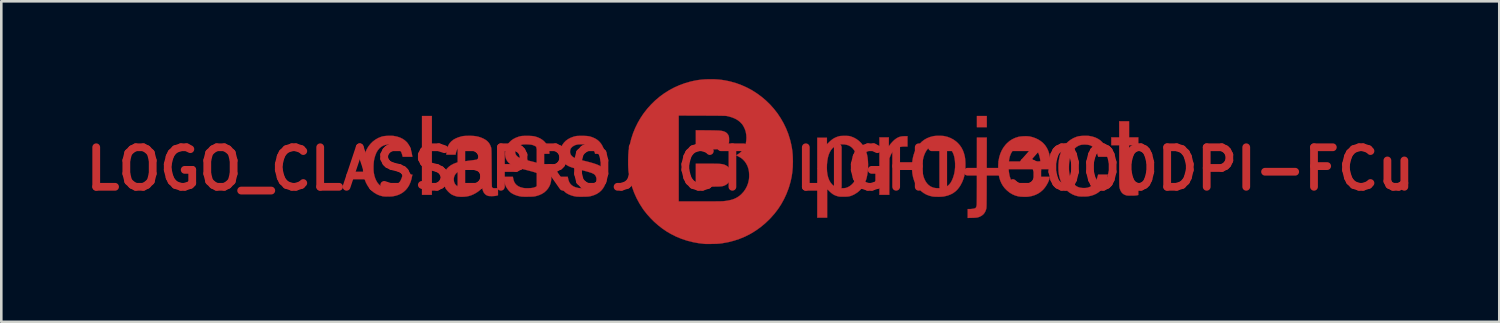
<source format=kicad_pcb>
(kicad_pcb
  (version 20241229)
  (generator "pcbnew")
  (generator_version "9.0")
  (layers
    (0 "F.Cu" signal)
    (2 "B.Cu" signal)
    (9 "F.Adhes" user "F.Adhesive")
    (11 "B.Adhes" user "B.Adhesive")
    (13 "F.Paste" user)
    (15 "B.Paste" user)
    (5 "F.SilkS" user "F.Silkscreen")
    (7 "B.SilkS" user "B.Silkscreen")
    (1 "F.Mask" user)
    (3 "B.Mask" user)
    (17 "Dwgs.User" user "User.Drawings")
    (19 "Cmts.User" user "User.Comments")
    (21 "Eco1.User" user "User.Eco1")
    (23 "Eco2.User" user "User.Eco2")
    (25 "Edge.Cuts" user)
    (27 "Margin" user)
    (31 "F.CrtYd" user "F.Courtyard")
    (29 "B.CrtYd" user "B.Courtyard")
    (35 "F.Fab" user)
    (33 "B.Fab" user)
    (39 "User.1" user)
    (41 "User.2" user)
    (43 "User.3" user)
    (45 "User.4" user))
  (footprint "LOGO_CLASSBPROJECT-LIGHT-3000DPI-FCu"
    (layer "F.Cu")
    (at 25.879 3.463)
    (property "Reference" "LOGO_CLASSBPROJECT-LIGHT-3000DPI-FCu" (at 0 0 0) (layer "F.Cu") (effects (font (size 1.524 1.524) (thickness 0.3))))
    (attr through_hole)
    (fp_poly (pts (xy -12.277 0.999) (xy -12.658 0.999) (xy -12.658 -2.04) (xy -12.277 -2.04) (xy -12.277 0.999)) (stroke (width 0.01) (type solid)) (fill yes) (layer "F.Cu"))
    (fp_poly (pts (xy 9.119 -1.609) (xy 8.738 -1.609) (xy 8.738 -2.04) (xy 9.119 -2.04) (xy 9.119 -1.609)) (stroke (width 0.01) (type solid)) (fill yes) (layer "F.Cu"))
    (fp_poly (pts (xy 6.062 -0.864) (xy 5.949 -0.864) (xy 5.852 -0.859) (xy 5.766 -0.845) (xy 5.692 -0.822) (xy 5.625 -0.787) (xy 5.564 -0.74) (xy 5.531 -0.708) (xy 5.481 -0.649) (xy 5.442 -0.591) (xy 5.41 -0.527) (xy 5.39 -0.476) (xy 5.364 -0.402) (xy 5.361 0.298) (xy 5.359 0.999) (xy 4.978 0.999) (xy 4.978 -1.219) (xy 5.342 -1.219) (xy 5.342 -0.869) (xy 5.367 -0.908) (xy 5.396 -0.948) (xy 5.435 -0.995) (xy 5.479 -1.043) (xy 5.525 -1.089) (xy 5.569 -1.128) (xy 5.575 -1.133) (xy 5.641 -1.181) (xy 5.707 -1.217) (xy 5.774 -1.241) (xy 5.849 -1.256) (xy 5.933 -1.261) (xy 5.955 -1.262) (xy 6.062 -1.262) (xy 6.062 -0.864)) (stroke (width 0.01) (type solid)) (fill yes) (layer "F.Cu"))
    (fp_poly (pts (xy -1.67 -0.203) (xy -1.553 -0.203) (xy -1.451 -0.202) (xy -1.363 -0.201) (xy -1.288 -0.2) (xy -1.224 -0.197) (xy -1.169 -0.194) (xy -1.123 -0.189) (xy -1.083 -0.184) (xy -1.049 -0.177) (xy -1.018 -0.169) (xy -0.99 -0.159) (xy -0.962 -0.147) (xy -0.942 -0.138) (xy -0.877 -0.097) (xy -0.824 -0.045) (xy -0.783 0.018) (xy -0.757 0.089) (xy -0.75 0.124) (xy -0.747 0.171) (xy -0.746 0.224) (xy -0.747 0.277) (xy -0.751 0.325) (xy -0.754 0.343) (xy -0.776 0.419) (xy -0.811 0.488) (xy -0.859 0.548) (xy -0.917 0.598) (xy -0.968 0.627) (xy -0.991 0.638) (xy -1.013 0.647) (xy -1.034 0.655) (xy -1.056 0.661) (xy -1.082 0.666) (xy -1.112 0.671) (xy -1.147 0.674) (xy -1.19 0.677) (xy -1.242 0.679) (xy -1.304 0.68) (xy -1.378 0.681) (xy -1.465 0.682) (xy -1.566 0.683) (xy -1.619 0.684) (xy -2.1 0.687) (xy -2.1 -0.203) (xy -1.67 -0.203)) (stroke (width 0.01) (type solid)) (fill yes) (layer "F.Cu"))
    (fp_poly (pts (xy -1.645 -1.488) (xy -1.539 -1.487) (xy -1.449 -1.486) (xy -1.373 -1.484) (xy -1.308 -1.483) (xy -1.254 -1.481) (xy -1.209 -1.479) (xy -1.17 -1.476) (xy -1.137 -1.472) (xy -1.108 -1.468) (xy -1.081 -1.462) (xy -1.054 -1.456) (xy -1.026 -1.448) (xy -1.013 -1.444) (xy -0.955 -1.419) (xy -0.903 -1.379) (xy -0.866 -1.335) (xy -0.846 -1.302) (xy -0.832 -1.27) (xy -0.824 -1.234) (xy -0.819 -1.191) (xy -0.818 -1.135) (xy -0.818 -1.122) (xy -0.818 -1.074) (xy -0.82 -1.039) (xy -0.824 -1.012) (xy -0.831 -0.987) (xy -0.837 -0.972) (xy -0.869 -0.913) (xy -0.913 -0.864) (xy -0.971 -0.824) (xy -0.987 -0.817) (xy -1.011 -0.805) (xy -1.034 -0.795) (xy -1.056 -0.787) (xy -1.079 -0.78) (xy -1.104 -0.774) (xy -1.134 -0.769) (xy -1.169 -0.766) (xy -1.211 -0.763) (xy -1.262 -0.761) (xy -1.323 -0.759) (xy -1.395 -0.758) (xy -1.481 -0.757) (xy -1.582 -0.756) (xy -1.632 -0.756) (xy -2.1 -0.752) (xy -2.1 -1.492) (xy -1.645 -1.488)) (stroke (width 0.01) (type solid)) (fill yes) (layer "F.Cu"))
    (fp_poly (pts (xy 9.116 0.133) (xy 9.116 0.311) (xy 9.115 0.472) (xy 9.115 0.618) (xy 9.115 0.75) (xy 9.114 0.868) (xy 9.114 0.973) (xy 9.113 1.066) (xy 9.113 1.147) (xy 9.112 1.218) (xy 9.111 1.28) (xy 9.111 1.332) (xy 9.11 1.376) (xy 9.109 1.414) (xy 9.108 1.444) (xy 9.107 1.469) (xy 9.105 1.489) (xy 9.104 1.505) (xy 9.102 1.518) (xy 9.101 1.528) (xy 9.099 1.537) (xy 9.071 1.622) (xy 9.032 1.695) (xy 8.982 1.755) (xy 8.919 1.805) (xy 8.844 1.844) (xy 8.776 1.867) (xy 8.75 1.873) (xy 8.716 1.878) (xy 8.672 1.881) (xy 8.615 1.884) (xy 8.553 1.886) (xy 8.382 1.89) (xy 8.382 1.549) (xy 8.435 1.549) (xy 8.482 1.548) (xy 8.533 1.543) (xy 8.583 1.537) (xy 8.626 1.529) (xy 8.658 1.52) (xy 8.661 1.519) (xy 8.686 1.505) (xy 8.704 1.483) (xy 8.717 1.45) (xy 8.727 1.405) (xy 8.729 1.392) (xy 8.73 1.375) (xy 8.731 1.341) (xy 8.732 1.292) (xy 8.733 1.227) (xy 8.734 1.147) (xy 8.735 1.052) (xy 8.735 0.943) (xy 8.736 0.82) (xy 8.737 0.684) (xy 8.737 0.535) (xy 8.737 0.374) (xy 8.737 0.201) (xy 8.737 0.061) (xy 8.738 -1.211) (xy 9.119 -1.211) (xy 9.116 0.133)) (stroke (width 0.01) (type solid)) (fill yes) (layer "F.Cu"))
    (fp_poly (pts (xy 14.605 -1.219) (xy 14.961 -1.219) (xy 14.961 -0.914) (xy 14.605 -0.914) (xy 14.605 -0.171) (xy 14.605 -0.042) (xy 14.605 0.072) (xy 14.605 0.171) (xy 14.606 0.256) (xy 14.606 0.329) (xy 14.607 0.39) (xy 14.607 0.441) (xy 14.608 0.482) (xy 14.609 0.515) (xy 14.61 0.541) (xy 14.612 0.562) (xy 14.613 0.577) (xy 14.615 0.588) (xy 14.617 0.597) (xy 14.62 0.603) (xy 14.621 0.605) (xy 14.638 0.636) (xy 14.658 0.659) (xy 14.684 0.675) (xy 14.719 0.686) (xy 14.765 0.692) (xy 14.824 0.694) (xy 14.846 0.694) (xy 14.961 0.694) (xy 14.961 1.005) (xy 14.912 1.016) (xy 14.879 1.021) (xy 14.835 1.025) (xy 14.782 1.028) (xy 14.724 1.03) (xy 14.666 1.03) (xy 14.61 1.029) (xy 14.561 1.027) (xy 14.522 1.024) (xy 14.501 1.02) (xy 14.43 0.995) (xy 14.37 0.959) (xy 14.321 0.91) (xy 14.281 0.848) (xy 14.251 0.773) (xy 14.238 0.722) (xy 14.235 0.71) (xy 14.233 0.696) (xy 14.231 0.678) (xy 14.23 0.656) (xy 14.229 0.628) (xy 14.227 0.594) (xy 14.227 0.551) (xy 14.226 0.5) (xy 14.225 0.439) (xy 14.225 0.368) (xy 14.224 0.284) (xy 14.224 0.186) (xy 14.224 0.075) (xy 14.224 -0.051) (xy 14.224 -0.127) (xy 14.224 -0.914) (xy 13.919 -0.914) (xy 13.919 -1.219) (xy 14.224 -1.219) (xy 14.224 -1.837) (xy 14.605 -1.837) (xy 14.605 -1.219)) (stroke (width 0.01) (type solid)) (fill yes) (layer "F.Cu"))
    (fp_poly (pts (xy -13.823 -1.277) (xy -13.767 -1.274) (xy -13.741 -1.27) (xy -13.62 -1.246) (xy -13.509 -1.21) (xy -13.41 -1.162) (xy -13.322 -1.104) (xy -13.247 -1.035) (xy -13.218 -1.002) (xy -13.167 -0.927) (xy -13.123 -0.841) (xy -13.087 -0.741) (xy -13.057 -0.627) (xy -13.035 -0.502) (xy -13.03 -0.466) (xy -13.4 -0.466) (xy -13.42 -0.539) (xy -13.447 -0.622) (xy -13.483 -0.7) (xy -13.526 -0.768) (xy -13.567 -0.816) (xy -13.619 -0.862) (xy -13.675 -0.896) (xy -13.739 -0.919) (xy -13.813 -0.934) (xy -13.899 -0.939) (xy -13.92 -0.94) (xy -13.976 -0.938) (xy -14.027 -0.934) (xy -14.065 -0.928) (xy -14.068 -0.927) (xy -14.155 -0.897) (xy -14.233 -0.852) (xy -14.302 -0.792) (xy -14.363 -0.718) (xy -14.415 -0.63) (xy -14.457 -0.527) (xy -14.492 -0.41) (xy -14.508 -0.332) (xy -14.516 -0.272) (xy -14.522 -0.2) (xy -14.526 -0.122) (xy -14.527 -0.042) (xy -14.526 0.035) (xy -14.521 0.104) (xy -14.517 0.144) (xy -14.495 0.256) (xy -14.463 0.359) (xy -14.422 0.453) (xy -14.373 0.534) (xy -14.317 0.601) (xy -14.264 0.648) (xy -14.211 0.683) (xy -14.15 0.708) (xy -14.109 0.72) (xy -14.052 0.73) (xy -13.986 0.736) (xy -13.917 0.736) (xy -13.853 0.731) (xy -13.81 0.724) (xy -13.731 0.696) (xy -13.658 0.654) (xy -13.591 0.597) (xy -13.532 0.527) (xy -13.482 0.444) (xy -13.44 0.35) (xy -13.411 0.256) (xy -13.402 0.22) (xy -13.029 0.22) (xy -13.035 0.252) (xy -13.064 0.389) (xy -13.102 0.512) (xy -13.151 0.623) (xy -13.21 0.72) (xy -13.279 0.805) (xy -13.359 0.879) (xy -13.416 0.92) (xy -13.496 0.967) (xy -13.578 1.003) (xy -13.667 1.032) (xy -13.768 1.053) (xy -13.77 1.054) (xy -13.816 1.06) (xy -13.873 1.063) (xy -13.936 1.066) (xy -14.002 1.066) (xy -14.065 1.064) (xy -14.122 1.061) (xy -14.167 1.055) (xy -14.176 1.054) (xy -14.293 1.022) (xy -14.402 0.976) (xy -14.503 0.915) (xy -14.595 0.842) (xy -14.677 0.755) (xy -14.749 0.656) (xy -14.811 0.545) (xy -14.861 0.423) (xy -14.892 0.318) (xy -14.916 0.204) (xy -14.93 0.078) (xy -14.935 -0.053) (xy -14.931 -0.188) (xy -14.918 -0.321) (xy -14.896 -0.448) (xy -14.883 -0.504) (xy -14.842 -0.634) (xy -14.789 -0.755) (xy -14.723 -0.866) (xy -14.645 -0.965) (xy -14.557 -1.053) (xy -14.459 -1.127) (xy -14.352 -1.189) (xy -14.235 -1.237) (xy -14.177 -1.254) (xy -14.136 -1.262) (xy -14.082 -1.269) (xy -14.02 -1.274) (xy -13.953 -1.277) (xy -13.886 -1.278) (xy -13.823 -1.277)) (stroke (width 0.01) (type solid)) (fill yes) (layer "F.Cu"))
    (fp_poly (pts (xy 12.991 -1.277) (xy 13.047 -1.274) (xy 13.073 -1.27) (xy 13.194 -1.246) (xy 13.305 -1.21) (xy 13.404 -1.162) (xy 13.492 -1.104) (xy 13.567 -1.035) (xy 13.596 -1.002) (xy 13.647 -0.927) (xy 13.691 -0.841) (xy 13.727 -0.741) (xy 13.757 -0.627) (xy 13.779 -0.502) (xy 13.784 -0.466) (xy 13.414 -0.466) (xy 13.394 -0.539) (xy 13.367 -0.622) (xy 13.331 -0.7) (xy 13.288 -0.768) (xy 13.247 -0.816) (xy 13.195 -0.862) (xy 13.139 -0.896) (xy 13.075 -0.919) (xy 13.001 -0.934) (xy 12.915 -0.939) (xy 12.894 -0.94) (xy 12.838 -0.938) (xy 12.787 -0.934) (xy 12.749 -0.928) (xy 12.746 -0.927) (xy 12.659 -0.897) (xy 12.581 -0.852) (xy 12.512 -0.792) (xy 12.451 -0.718) (xy 12.399 -0.63) (xy 12.356 -0.527) (xy 12.322 -0.41) (xy 12.306 -0.332) (xy 12.298 -0.272) (xy 12.291 -0.2) (xy 12.288 -0.122) (xy 12.287 -0.042) (xy 12.288 0.035) (xy 12.293 0.104) (xy 12.297 0.144) (xy 12.319 0.256) (xy 12.351 0.359) (xy 12.392 0.453) (xy 12.441 0.534) (xy 12.497 0.601) (xy 12.55 0.648) (xy 12.603 0.683) (xy 12.664 0.708) (xy 12.705 0.72) (xy 12.762 0.73) (xy 12.828 0.736) (xy 12.897 0.736) (xy 12.961 0.731) (xy 13.004 0.724) (xy 13.083 0.696) (xy 13.156 0.654) (xy 13.223 0.597) (xy 13.282 0.527) (xy 13.332 0.444) (xy 13.374 0.35) (xy 13.403 0.256) (xy 13.412 0.22) (xy 13.785 0.22) (xy 13.779 0.252) (xy 13.75 0.389) (xy 13.712 0.512) (xy 13.663 0.623) (xy 13.604 0.72) (xy 13.535 0.805) (xy 13.455 0.879) (xy 13.398 0.92) (xy 13.318 0.967) (xy 13.236 1.003) (xy 13.147 1.032) (xy 13.046 1.053) (xy 13.044 1.054) (xy 12.998 1.06) (xy 12.941 1.063) (xy 12.878 1.066) (xy 12.812 1.066) (xy 12.749 1.064) (xy 12.692 1.061) (xy 12.647 1.055) (xy 12.638 1.054) (xy 12.521 1.022) (xy 12.412 0.976) (xy 12.311 0.915) (xy 12.219 0.842) (xy 12.137 0.755) (xy 12.065 0.656) (xy 12.003 0.545) (xy 11.953 0.423) (xy 11.921 0.318) (xy 11.898 0.204) (xy 11.884 0.078) (xy 11.879 -0.053) (xy 11.883 -0.188) (xy 11.896 -0.321) (xy 11.918 -0.448) (xy 11.931 -0.504) (xy 11.972 -0.634) (xy 12.025 -0.755) (xy 12.091 -0.866) (xy 12.168 -0.965) (xy 12.257 -1.053) (xy 12.355 -1.127) (xy 12.462 -1.189) (xy 12.579 -1.237) (xy 12.636 -1.254) (xy 12.678 -1.262) (xy 12.732 -1.269) (xy 12.794 -1.274) (xy 12.861 -1.277) (xy 12.928 -1.278) (xy 12.991 -1.277)) (stroke (width 0.01) (type solid)) (fill yes) (layer "F.Cu"))
    (fp_poly (pts (xy 3.699 -1.274) (xy 3.743 -1.273) (xy 3.777 -1.271) (xy 3.805 -1.269) (xy 3.829 -1.265) (xy 3.852 -1.259) (xy 3.879 -1.251) (xy 3.882 -1.25) (xy 3.993 -1.207) (xy 4.096 -1.15) (xy 4.191 -1.079) (xy 4.276 -0.995) (xy 4.351 -0.9) (xy 4.414 -0.794) (xy 4.464 -0.678) (xy 4.474 -0.65) (xy 4.502 -0.548) (xy 4.523 -0.434) (xy 4.536 -0.311) (xy 4.542 -0.182) (xy 4.54 -0.051) (xy 4.531 0.08) (xy 4.514 0.207) (xy 4.49 0.326) (xy 4.475 0.385) (xy 4.43 0.513) (xy 4.374 0.629) (xy 4.306 0.732) (xy 4.226 0.824) (xy 4.136 0.902) (xy 4.034 0.968) (xy 3.992 0.991) (xy 3.937 1.016) (xy 3.888 1.036) (xy 3.841 1.051) (xy 3.793 1.061) (xy 3.74 1.067) (xy 3.678 1.07) (xy 3.602 1.071) (xy 3.594 1.071) (xy 3.535 1.07) (xy 3.49 1.07) (xy 3.456 1.068) (xy 3.428 1.066) (xy 3.404 1.062) (xy 3.381 1.056) (xy 3.355 1.049) (xy 3.349 1.047) (xy 3.286 1.026) (xy 3.233 1.002) (xy 3.185 0.974) (xy 3.137 0.939) (xy 3.086 0.894) (xy 3.059 0.868) (xy 2.963 0.775) (xy 2.963 1.327) (xy 2.963 1.88) (xy 2.582 1.88) (xy 2.582 -0.02) (xy 2.953 -0.02) (xy 2.96 0.113) (xy 2.978 0.234) (xy 3.007 0.343) (xy 3.045 0.44) (xy 3.094 0.524) (xy 3.152 0.596) (xy 3.22 0.654) (xy 3.297 0.698) (xy 3.384 0.729) (xy 3.416 0.736) (xy 3.454 0.741) (xy 3.503 0.744) (xy 3.556 0.744) (xy 3.609 0.742) (xy 3.655 0.737) (xy 3.686 0.732) (xy 3.762 0.704) (xy 3.836 0.662) (xy 3.905 0.608) (xy 3.967 0.545) (xy 4.019 0.475) (xy 4.037 0.442) (xy 4.076 0.357) (xy 4.106 0.268) (xy 4.129 0.172) (xy 4.144 0.066) (xy 4.153 -0.047) (xy 4.155 -0.179) (xy 4.145 -0.305) (xy 4.125 -0.423) (xy 4.096 -0.532) (xy 4.056 -0.63) (xy 4.007 -0.717) (xy 3.95 -0.791) (xy 3.937 -0.804) (xy 3.873 -0.859) (xy 3.803 -0.9) (xy 3.725 -0.928) (xy 3.638 -0.944) (xy 3.552 -0.948) (xy 3.499 -0.947) (xy 3.451 -0.943) (xy 3.412 -0.937) (xy 3.407 -0.935) (xy 3.32 -0.905) (xy 3.242 -0.86) (xy 3.173 -0.801) (xy 3.113 -0.729) (xy 3.062 -0.642) (xy 3.021 -0.541) (xy 2.99 -0.427) (xy 2.968 -0.299) (xy 2.956 -0.164) (xy 2.953 -0.02) (xy 2.582 -0.02) (xy 2.582 -1.202) (xy 2.955 -1.202) (xy 2.955 -0.951) (xy 3.046 -1.04) (xy 3.12 -1.107) (xy 3.192 -1.161) (xy 3.267 -1.203) (xy 3.349 -1.237) (xy 3.421 -1.259) (xy 3.445 -1.265) (xy 3.472 -1.269) (xy 3.505 -1.272) (xy 3.547 -1.273) (xy 3.601 -1.274) (xy 3.641 -1.274) (xy 3.699 -1.274)) (stroke (width 0.01) (type solid)) (fill yes) (layer "F.Cu"))
    (fp_poly (pts (xy 7.334 -1.277) (xy 7.402 -1.274) (xy 7.461 -1.269) (xy 7.481 -1.265) (xy 7.607 -1.235) (xy 7.726 -1.189) (xy 7.838 -1.129) (xy 7.941 -1.054) (xy 8.005 -0.995) (xy 8.082 -0.909) (xy 8.146 -0.815) (xy 8.199 -0.711) (xy 8.236 -0.61) (xy 8.256 -0.54) (xy 8.272 -0.47) (xy 8.283 -0.397) (xy 8.29 -0.317) (xy 8.295 -0.224) (xy 8.295 -0.21) (xy 8.294 -0.047) (xy 8.281 0.105) (xy 8.257 0.247) (xy 8.22 0.381) (xy 8.17 0.507) (xy 8.107 0.627) (xy 8.07 0.686) (xy 7.999 0.78) (xy 7.917 0.861) (xy 7.826 0.929) (xy 7.724 0.984) (xy 7.61 1.027) (xy 7.485 1.057) (xy 7.455 1.063) (xy 7.411 1.068) (xy 7.356 1.072) (xy 7.294 1.074) (xy 7.228 1.074) (xy 7.163 1.073) (xy 7.103 1.071) (xy 7.053 1.067) (xy 7.023 1.063) (xy 6.9 1.032) (xy 6.786 0.988) (xy 6.682 0.929) (xy 6.587 0.856) (xy 6.502 0.77) (xy 6.427 0.67) (xy 6.369 0.571) (xy 6.317 0.451) (xy 6.277 0.321) (xy 6.25 0.181) (xy 6.236 0.034) (xy 6.235 -0.07) (xy 6.629 -0.07) (xy 6.635 0.056) (xy 6.651 0.174) (xy 6.676 0.284) (xy 6.711 0.384) (xy 6.756 0.474) (xy 6.808 0.551) (xy 6.869 0.616) (xy 6.937 0.667) (xy 6.97 0.685) (xy 7.022 0.708) (xy 7.071 0.725) (xy 7.122 0.735) (xy 7.179 0.741) (xy 7.246 0.743) (xy 7.281 0.742) (xy 7.335 0.741) (xy 7.375 0.739) (xy 7.407 0.735) (xy 7.435 0.73) (xy 7.462 0.723) (xy 7.481 0.717) (xy 7.555 0.686) (xy 7.62 0.646) (xy 7.677 0.593) (xy 7.727 0.529) (xy 7.771 0.45) (xy 7.811 0.356) (xy 7.827 0.31) (xy 7.863 0.186) (xy 7.886 0.062) (xy 7.897 -0.068) (xy 7.897 -0.207) (xy 7.897 -0.207) (xy 7.89 -0.315) (xy 7.877 -0.41) (xy 7.858 -0.495) (xy 7.832 -0.574) (xy 7.797 -0.651) (xy 7.795 -0.656) (xy 7.744 -0.737) (xy 7.681 -0.806) (xy 7.607 -0.863) (xy 7.523 -0.906) (xy 7.493 -0.917) (xy 7.461 -0.928) (xy 7.433 -0.935) (xy 7.403 -0.94) (xy 7.368 -0.944) (xy 7.322 -0.946) (xy 7.301 -0.946) (xy 7.225 -0.947) (xy 7.16 -0.943) (xy 7.103 -0.933) (xy 7.05 -0.917) (xy 6.996 -0.894) (xy 6.924 -0.85) (xy 6.858 -0.792) (xy 6.8 -0.72) (xy 6.75 -0.635) (xy 6.707 -0.539) (xy 6.674 -0.433) (xy 6.649 -0.318) (xy 6.634 -0.194) (xy 6.629 -0.07) (xy 6.235 -0.07) (xy 6.235 -0.12) (xy 6.239 -0.193) (xy 6.252 -0.322) (xy 6.272 -0.439) (xy 6.299 -0.546) (xy 6.335 -0.646) (xy 6.376 -0.737) (xy 6.443 -0.853) (xy 6.52 -0.956) (xy 6.607 -1.045) (xy 6.703 -1.12) (xy 6.809 -1.181) (xy 6.925 -1.228) (xy 7.049 -1.261) (xy 7.076 -1.266) (xy 7.128 -1.272) (xy 7.192 -1.277) (xy 7.263 -1.278) (xy 7.334 -1.277)) (stroke (width 0.01) (type solid)) (fill yes) (layer "F.Cu"))
    (fp_poly (pts (xy 10.683 -1.26) (xy 10.748 -1.254) (xy 10.78 -1.25) (xy 10.895 -1.221) (xy 11.006 -1.181) (xy 11.11 -1.129) (xy 11.205 -1.068) (xy 11.289 -0.999) (xy 11.359 -0.922) (xy 11.385 -0.887) (xy 11.428 -0.82) (xy 11.465 -0.751) (xy 11.495 -0.678) (xy 11.52 -0.6) (xy 11.54 -0.514) (xy 11.555 -0.418) (xy 11.567 -0.31) (xy 11.575 -0.189) (xy 11.578 -0.121) (xy 11.582 0.008) (xy 9.965 0.008) (xy 9.965 0.044) (xy 9.967 0.08) (xy 9.973 0.127) (xy 9.981 0.18) (xy 9.991 0.234) (xy 10.002 0.282) (xy 10.008 0.303) (xy 10.041 0.4) (xy 10.086 0.487) (xy 10.139 0.563) (xy 10.2 0.626) (xy 10.268 0.675) (xy 10.298 0.69) (xy 10.352 0.714) (xy 10.406 0.73) (xy 10.464 0.739) (xy 10.529 0.743) (xy 10.605 0.743) (xy 10.656 0.741) (xy 10.696 0.738) (xy 10.728 0.733) (xy 10.757 0.727) (xy 10.788 0.717) (xy 10.791 0.716) (xy 10.882 0.676) (xy 10.964 0.623) (xy 11.034 0.557) (xy 11.093 0.48) (xy 11.139 0.392) (xy 11.148 0.368) (xy 11.172 0.305) (xy 11.549 0.305) (xy 11.544 0.337) (xy 11.525 0.411) (xy 11.494 0.491) (xy 11.453 0.573) (xy 11.404 0.655) (xy 11.35 0.731) (xy 11.291 0.799) (xy 11.277 0.813) (xy 11.187 0.891) (xy 11.087 0.956) (xy 10.976 1.007) (xy 10.856 1.045) (xy 10.747 1.066) (xy 10.695 1.072) (xy 10.632 1.075) (xy 10.563 1.075) (xy 10.492 1.073) (xy 10.425 1.069) (xy 10.367 1.063) (xy 10.329 1.057) (xy 10.212 1.024) (xy 10.101 0.975) (xy 9.996 0.911) (xy 9.897 0.83) (xy 9.889 0.823) (xy 9.808 0.74) (xy 9.741 0.652) (xy 9.685 0.557) (xy 9.639 0.453) (xy 9.603 0.339) (xy 9.576 0.212) (xy 9.567 0.152) (xy 9.563 0.106) (xy 9.56 0.047) (xy 9.558 -0.02) (xy 9.559 -0.091) (xy 9.56 -0.161) (xy 9.564 -0.227) (xy 9.568 -0.284) (xy 9.569 -0.288) (xy 9.972 -0.288) (xy 10.578 -0.288) (xy 10.694 -0.288) (xy 10.794 -0.288) (xy 10.88 -0.288) (xy 10.952 -0.288) (xy 11.012 -0.289) (xy 11.061 -0.289) (xy 11.099 -0.29) (xy 11.129 -0.291) (xy 11.151 -0.292) (xy 11.166 -0.294) (xy 11.176 -0.296) (xy 11.182 -0.298) (xy 11.184 -0.3) (xy 11.184 -0.303) (xy 11.182 -0.328) (xy 11.176 -0.366) (xy 11.168 -0.411) (xy 11.157 -0.458) (xy 11.145 -0.504) (xy 11.134 -0.544) (xy 11.133 -0.546) (xy 11.096 -0.639) (xy 11.047 -0.72) (xy 10.988 -0.789) (xy 10.918 -0.844) (xy 10.869 -0.872) (xy 10.806 -0.899) (xy 10.742 -0.917) (xy 10.672 -0.928) (xy 10.592 -0.931) (xy 10.587 -0.931) (xy 10.49 -0.926) (xy 10.403 -0.908) (xy 10.326 -0.879) (xy 10.313 -0.872) (xy 10.23 -0.818) (xy 10.158 -0.752) (xy 10.096 -0.673) (xy 10.046 -0.584) (xy 10.008 -0.485) (xy 9.983 -0.377) (xy 9.978 -0.337) (xy 9.972 -0.288) (xy 9.569 -0.288) (xy 9.572 -0.31) (xy 9.6 -0.456) (xy 9.642 -0.592) (xy 9.698 -0.718) (xy 9.767 -0.834) (xy 9.85 -0.94) (xy 9.905 -0.997) (xy 9.998 -1.077) (xy 10.099 -1.143) (xy 10.21 -1.195) (xy 10.329 -1.234) (xy 10.386 -1.245) (xy 10.455 -1.254) (xy 10.531 -1.259) (xy 10.609 -1.261) (xy 10.683 -1.26)) (stroke (width 0.01) (type solid)) (fill yes) (layer "F.Cu"))
    (fp_poly (pts (xy -8.53 -1.274) (xy -8.464 -1.272) (xy -8.408 -1.268) (xy -8.359 -1.262) (xy -8.314 -1.254) (xy -8.27 -1.242) (xy -8.223 -1.226) (xy -8.194 -1.216) (xy -8.106 -1.177) (xy -8.029 -1.13) (xy -7.98 -1.092) (xy -7.918 -1.032) (xy -7.864 -0.962) (xy -7.818 -0.885) (xy -7.782 -0.804) (xy -7.758 -0.722) (xy -7.747 -0.643) (xy -7.747 -0.629) (xy -7.747 -0.584) (xy -8.101 -0.584) (xy -8.111 -0.631) (xy -8.127 -0.684) (xy -8.151 -0.738) (xy -8.181 -0.787) (xy -8.214 -0.826) (xy -8.218 -0.829) (xy -8.264 -0.864) (xy -8.323 -0.895) (xy -8.389 -0.921) (xy -8.412 -0.928) (xy -8.446 -0.935) (xy -8.494 -0.94) (xy -8.549 -0.944) (xy -8.609 -0.947) (xy -8.668 -0.947) (xy -8.722 -0.946) (xy -8.768 -0.943) (xy -8.786 -0.94) (xy -8.856 -0.922) (xy -8.92 -0.893) (xy -8.976 -0.856) (xy -9.02 -0.811) (xy -9.044 -0.775) (xy -9.056 -0.743) (xy -9.064 -0.702) (xy -9.066 -0.684) (xy -9.063 -0.62) (xy -9.045 -0.563) (xy -9.012 -0.512) (xy -8.962 -0.466) (xy -8.897 -0.426) (xy -8.838 -0.399) (xy -8.814 -0.391) (xy -8.777 -0.379) (xy -8.728 -0.365) (xy -8.67 -0.35) (xy -8.606 -0.333) (xy -8.538 -0.315) (xy -8.501 -0.306) (xy -8.38 -0.276) (xy -8.276 -0.248) (xy -8.185 -0.222) (xy -8.106 -0.197) (xy -8.039 -0.173) (xy -7.982 -0.15) (xy -7.932 -0.126) (xy -7.89 -0.102) (xy -7.854 -0.077) (xy -7.843 -0.069) (xy -7.804 -0.031) (xy -7.767 0.017) (xy -7.733 0.07) (xy -7.708 0.122) (xy -7.707 0.127) (xy -7.683 0.213) (xy -7.673 0.306) (xy -7.674 0.402) (xy -7.688 0.498) (xy -7.713 0.59) (xy -7.742 0.659) (xy -7.798 0.753) (xy -7.866 0.835) (xy -7.945 0.905) (xy -8.037 0.964) (xy -8.141 1.01) (xy -8.257 1.046) (xy -8.262 1.047) (xy -8.293 1.054) (xy -8.32 1.059) (xy -8.348 1.063) (xy -8.38 1.066) (xy -8.418 1.068) (xy -8.465 1.07) (xy -8.525 1.071) (xy -8.56 1.071) (xy -8.621 1.072) (xy -8.681 1.072) (xy -8.735 1.071) (xy -8.78 1.069) (xy -8.814 1.067) (xy -8.826 1.066) (xy -8.92 1.049) (xy -9.013 1.023) (xy -9.1 0.989) (xy -9.177 0.95) (xy -9.233 0.914) (xy -9.276 0.875) (xy -9.322 0.825) (xy -9.366 0.768) (xy -9.405 0.707) (xy -9.428 0.665) (xy -9.46 0.588) (xy -9.487 0.503) (xy -9.505 0.416) (xy -9.512 0.366) (xy -9.518 0.305) (xy -9.153 0.305) (xy -9.148 0.337) (xy -9.143 0.363) (xy -9.136 0.397) (xy -9.131 0.417) (xy -9.104 0.496) (xy -9.065 0.563) (xy -9.012 0.62) (xy -8.947 0.667) (xy -8.868 0.703) (xy -8.776 0.729) (xy -8.735 0.737) (xy -8.693 0.741) (xy -8.641 0.744) (xy -8.583 0.744) (xy -8.522 0.742) (xy -8.464 0.739) (xy -8.412 0.733) (xy -8.372 0.727) (xy -8.361 0.724) (xy -8.303 0.704) (xy -8.244 0.679) (xy -8.191 0.649) (xy -8.147 0.618) (xy -8.127 0.6) (xy -8.088 0.549) (xy -8.062 0.491) (xy -8.049 0.43) (xy -8.049 0.367) (xy -8.062 0.308) (xy -8.087 0.26) (xy -8.102 0.239) (xy -8.119 0.22) (xy -8.139 0.203) (xy -8.165 0.187) (xy -8.197 0.171) (xy -8.237 0.154) (xy -8.286 0.137) (xy -8.345 0.119) (xy -8.416 0.098) (xy -8.5 0.076) (xy -8.599 0.05) (xy -8.644 0.038) (xy -8.738 0.014) (xy -8.816 -0.006) (xy -8.882 -0.024) (xy -8.938 -0.04) (xy -8.984 -0.054) (xy -9.024 -0.067) (xy -9.059 -0.08) (xy -9.09 -0.094) (xy -9.121 -0.108) (xy -9.153 -0.123) (xy -9.153 -0.124) (xy -9.241 -0.177) (xy -9.315 -0.237) (xy -9.373 -0.305) (xy -9.415 -0.38) (xy -9.443 -0.462) (xy -9.455 -0.551) (xy -9.454 -0.63) (xy -9.437 -0.739) (xy -9.406 -0.84) (xy -9.36 -0.931) (xy -9.301 -1.013) (xy -9.228 -1.086) (xy -9.143 -1.148) (xy -9.044 -1.2) (xy -8.934 -1.241) (xy -8.884 -1.255) (xy -8.858 -1.261) (xy -8.834 -1.266) (xy -8.808 -1.269) (xy -8.777 -1.272) (xy -8.739 -1.273) (xy -8.691 -1.274) (xy -8.63 -1.274) (xy -8.611 -1.274) (xy -8.53 -1.274)) (stroke (width 0.01) (type solid)) (fill yes) (layer "F.Cu"))
    (fp_poly (pts (xy -6.414 -1.274) (xy -6.347 -1.272) (xy -6.291 -1.268) (xy -6.242 -1.262) (xy -6.197 -1.254) (xy -6.153 -1.242) (xy -6.106 -1.226) (xy -6.078 -1.216) (xy -5.99 -1.177) (xy -5.912 -1.13) (xy -5.863 -1.092) (xy -5.802 -1.032) (xy -5.747 -0.962) (xy -5.701 -0.885) (xy -5.665 -0.804) (xy -5.641 -0.722) (xy -5.631 -0.643) (xy -5.63 -0.629) (xy -5.63 -0.584) (xy -5.985 -0.584) (xy -5.994 -0.631) (xy -6.01 -0.684) (xy -6.035 -0.738) (xy -6.065 -0.787) (xy -6.097 -0.826) (xy -6.101 -0.829) (xy -6.147 -0.864) (xy -6.206 -0.895) (xy -6.272 -0.921) (xy -6.295 -0.928) (xy -6.33 -0.935) (xy -6.377 -0.94) (xy -6.432 -0.944) (xy -6.492 -0.947) (xy -6.551 -0.947) (xy -6.606 -0.946) (xy -6.651 -0.943) (xy -6.67 -0.94) (xy -6.739 -0.922) (xy -6.804 -0.893) (xy -6.859 -0.856) (xy -6.904 -0.811) (xy -6.928 -0.775) (xy -6.939 -0.743) (xy -6.947 -0.702) (xy -6.949 -0.684) (xy -6.947 -0.62) (xy -6.928 -0.563) (xy -6.895 -0.512) (xy -6.846 -0.466) (xy -6.781 -0.426) (xy -6.721 -0.399) (xy -6.698 -0.391) (xy -6.66 -0.379) (xy -6.611 -0.365) (xy -6.554 -0.35) (xy -6.49 -0.333) (xy -6.422 -0.315) (xy -6.384 -0.306) (xy -6.264 -0.276) (xy -6.159 -0.248) (xy -6.068 -0.222) (xy -5.99 -0.197) (xy -5.922 -0.173) (xy -5.865 -0.15) (xy -5.816 -0.126) (xy -5.774 -0.102) (xy -5.737 -0.077) (xy -5.726 -0.069) (xy -5.688 -0.031) (xy -5.65 0.017) (xy -5.617 0.07) (xy -5.592 0.122) (xy -5.59 0.127) (xy -5.567 0.213) (xy -5.556 0.306) (xy -5.557 0.402) (xy -5.571 0.498) (xy -5.596 0.59) (xy -5.625 0.659) (xy -5.681 0.753) (xy -5.749 0.835) (xy -5.829 0.905) (xy -5.92 0.964) (xy -6.024 1.01) (xy -6.14 1.046) (xy -6.146 1.047) (xy -6.176 1.054) (xy -6.204 1.059) (xy -6.232 1.063) (xy -6.263 1.066) (xy -6.301 1.068) (xy -6.348 1.07) (xy -6.408 1.071) (xy -6.443 1.071) (xy -6.505 1.072) (xy -6.564 1.072) (xy -6.618 1.071) (xy -6.664 1.069) (xy -6.697 1.067) (xy -6.71 1.066) (xy -6.804 1.049) (xy -6.896 1.023) (xy -6.983 0.989) (xy -7.06 0.95) (xy -7.116 0.914) (xy -7.16 0.875) (xy -7.205 0.825) (xy -7.249 0.768) (xy -7.288 0.707) (xy -7.311 0.665) (xy -7.343 0.588) (xy -7.37 0.503) (xy -7.389 0.416) (xy -7.396 0.366) (xy -7.402 0.305) (xy -7.037 0.305) (xy -7.031 0.337) (xy -7.026 0.363) (xy -7.019 0.397) (xy -7.014 0.417) (xy -6.987 0.496) (xy -6.948 0.563) (xy -6.896 0.62) (xy -6.83 0.667) (xy -6.752 0.703) (xy -6.66 0.729) (xy -6.618 0.737) (xy -6.577 0.741) (xy -6.525 0.744) (xy -6.466 0.744) (xy -6.406 0.742) (xy -6.347 0.739) (xy -6.296 0.733) (xy -6.255 0.727) (xy -6.244 0.724) (xy -6.186 0.704) (xy -6.128 0.679) (xy -6.074 0.649) (xy -6.03 0.618) (xy -6.01 0.6) (xy -5.972 0.549) (xy -5.945 0.491) (xy -5.932 0.43) (xy -5.932 0.367) (xy -5.946 0.308) (xy -5.97 0.26) (xy -5.985 0.239) (xy -6.002 0.22) (xy -6.023 0.203) (xy -6.049 0.187) (xy -6.08 0.171) (xy -6.12 0.154) (xy -6.169 0.137) (xy -6.228 0.119) (xy -6.299 0.098) (xy -6.383 0.076) (xy -6.482 0.05) (xy -6.528 0.038) (xy -6.621 0.014) (xy -6.7 -0.006) (xy -6.766 -0.024) (xy -6.821 -0.04) (xy -6.868 -0.054) (xy -6.907 -0.067) (xy -6.942 -0.08) (xy -6.974 -0.094) (xy -7.004 -0.108) (xy -7.036 -0.123) (xy -7.036 -0.124) (xy -7.125 -0.177) (xy -7.198 -0.237) (xy -7.256 -0.305) (xy -7.299 -0.38) (xy -7.326 -0.462) (xy -7.338 -0.551) (xy -7.337 -0.63) (xy -7.32 -0.739) (xy -7.289 -0.84) (xy -7.243 -0.931) (xy -7.184 -1.013) (xy -7.112 -1.086) (xy -7.026 -1.148) (xy -6.928 -1.2) (xy -6.817 -1.241) (xy -6.768 -1.255) (xy -6.742 -1.261) (xy -6.717 -1.266) (xy -6.691 -1.269) (xy -6.661 -1.272) (xy -6.623 -1.273) (xy -6.574 -1.274) (xy -6.513 -1.274) (xy -6.494 -1.274) (xy -6.414 -1.274)) (stroke (width 0.01) (type solid)) (fill yes) (layer "F.Cu"))
    (fp_poly (pts (xy -1.382 -3.456) (xy -1.243 -3.448) (xy -1.109 -3.434) (xy -0.977 -3.413) (xy -0.84 -3.386) (xy -0.755 -3.366) (xy -0.538 -3.304) (xy -0.328 -3.226) (xy -0.124 -3.134) (xy 0.072 -3.029) (xy 0.259 -2.909) (xy 0.438 -2.777) (xy 0.607 -2.634) (xy 0.766 -2.479) (xy 0.914 -2.313) (xy 1.05 -2.138) (xy 1.173 -1.953) (xy 1.284 -1.759) (xy 1.381 -1.558) (xy 1.464 -1.35) (xy 1.531 -1.135) (xy 1.548 -1.07) (xy 1.579 -0.938) (xy 1.603 -0.813) (xy 1.621 -0.691) (xy 1.633 -0.566) (xy 1.64 -0.434) (xy 1.643 -0.291) (xy 1.643 -0.279) (xy 1.638 -0.076) (xy 1.621 0.116) (xy 1.594 0.302) (xy 1.554 0.486) (xy 1.501 0.671) (xy 1.476 0.749) (xy 1.394 0.963) (xy 1.299 1.167) (xy 1.191 1.362) (xy 1.069 1.548) (xy 0.932 1.726) (xy 0.779 1.898) (xy 0.741 1.938) (xy 0.57 2.101) (xy 0.391 2.249) (xy 0.204 2.382) (xy 0.009 2.501) (xy -0.193 2.604) (xy -0.404 2.692) (xy -0.622 2.765) (xy -0.847 2.823) (xy -1.079 2.865) (xy -1.12 2.871) (xy -1.172 2.877) (xy -1.225 2.882) (xy -1.283 2.886) (xy -1.35 2.888) (xy -1.428 2.89) (xy -1.486 2.891) (xy -1.55 2.892) (xy -1.61 2.892) (xy -1.664 2.892) (xy -1.708 2.892) (xy -1.742 2.891) (xy -1.761 2.89) (xy -1.761 2.89) (xy -1.998 2.862) (xy -2.225 2.82) (xy -2.443 2.764) (xy -2.654 2.694) (xy -2.858 2.61) (xy -3.056 2.51) (xy -3.226 2.411) (xy -3.386 2.302) (xy -3.544 2.179) (xy -3.698 2.044) (xy -3.843 1.9) (xy -3.978 1.75) (xy -4.1 1.596) (xy -4.151 1.524) (xy -4.276 1.327) (xy -4.316 1.253) (xy -2.76 1.253) (xy -1.94 1.253) (xy -1.799 1.253) (xy -1.667 1.253) (xy -1.545 1.252) (xy -1.434 1.252) (xy -1.334 1.251) (xy -1.246 1.25) (xy -1.172 1.249) (xy -1.112 1.248) (xy -1.067 1.246) (xy -1.038 1.245) (xy -1.032 1.244) (xy -0.902 1.228) (xy -0.787 1.206) (xy -0.683 1.178) (xy -0.591 1.142) (xy -0.506 1.098) (xy -0.428 1.046) (xy -0.354 0.984) (xy -0.348 0.978) (xy -0.261 0.885) (xy -0.188 0.782) (xy -0.129 0.67) (xy -0.084 0.55) (xy -0.055 0.424) (xy -0.054 0.422) (xy -0.047 0.359) (xy -0.043 0.286) (xy -0.044 0.21) (xy -0.048 0.136) (xy -0.056 0.068) (xy -0.067 0.013) (xy -0.104 -0.101) (xy -0.154 -0.202) (xy -0.216 -0.292) (xy -0.29 -0.37) (xy -0.376 -0.436) (xy -0.474 -0.49) (xy -0.485 -0.495) (xy -0.512 -0.508) (xy -0.532 -0.519) (xy -0.541 -0.525) (xy -0.542 -0.526) (xy -0.535 -0.532) (xy -0.519 -0.541) (xy -0.463 -0.573) (xy -0.404 -0.617) (xy -0.346 -0.668) (xy -0.294 -0.725) (xy -0.252 -0.782) (xy -0.236 -0.81) (xy -0.198 -0.896) (xy -0.171 -0.993) (xy -0.154 -1.097) (xy -0.149 -1.205) (xy -0.155 -1.314) (xy -0.173 -1.421) (xy -0.178 -1.441) (xy -0.198 -1.505) (xy -0.227 -1.574) (xy -0.261 -1.641) (xy -0.298 -1.702) (xy -0.326 -1.738) (xy -0.399 -1.814) (xy -0.484 -1.88) (xy -0.583 -1.936) (xy -0.694 -1.983) (xy -0.819 -2.021) (xy -0.893 -2.038) (xy -0.906 -2.04) (xy -0.92 -2.042) (xy -0.939 -2.044) (xy -0.961 -2.046) (xy -0.989 -2.047) (xy -1.024 -2.048) (xy -1.066 -2.049) (xy -1.116 -2.05) (xy -1.176 -2.051) (xy -1.246 -2.052) (xy -1.328 -2.053) (xy -1.422 -2.053) (xy -1.529 -2.054) (xy -1.651 -2.054) (xy -1.788 -2.055) (xy -1.861 -2.055) (xy -2.76 -2.058) (xy -2.76 1.253) (xy -4.316 1.253) (xy -4.386 1.123) (xy -4.48 0.913) (xy -4.558 0.697) (xy -4.621 0.475) (xy -4.667 0.247) (xy -4.695 0.044) (xy -4.703 -0.062) (xy -4.708 -0.18) (xy -4.708 -0.304) (xy -4.705 -0.43) (xy -4.699 -0.554) (xy -4.688 -0.669) (xy -4.682 -0.724) (xy -4.643 -0.946) (xy -4.589 -1.163) (xy -4.52 -1.375) (xy -4.436 -1.58) (xy -4.338 -1.779) (xy -4.227 -1.97) (xy -4.104 -2.152) (xy -3.968 -2.325) (xy -3.82 -2.489) (xy -3.662 -2.643) (xy -3.494 -2.785) (xy -3.316 -2.915) (xy -3.128 -3.033) (xy -2.933 -3.138) (xy -2.73 -3.229) (xy -2.519 -3.306) (xy -2.31 -3.366) (xy -2.168 -3.398) (xy -2.034 -3.423) (xy -1.902 -3.44) (xy -1.766 -3.452) (xy -1.623 -3.457) (xy -1.532 -3.458) (xy -1.382 -3.456)) (stroke (width 0.01) (type solid)) (fill yes) (layer "F.Cu"))
    (fp_poly (pts (xy -10.664 -1.271) (xy -10.569 -1.259) (xy -10.481 -1.24) (xy -10.397 -1.214) (xy -10.315 -1.18) (xy -10.291 -1.169) (xy -10.207 -1.121) (xy -10.137 -1.067) (xy -10.08 -1.005) (xy -10.036 -0.934) (xy -10.002 -0.851) (xy -9.993 -0.826) (xy -9.991 -0.815) (xy -9.989 -0.803) (xy -9.986 -0.789) (xy -9.985 -0.77) (xy -9.983 -0.745) (xy -9.982 -0.715) (xy -9.98 -0.677) (xy -9.979 -0.631) (xy -9.978 -0.575) (xy -9.978 -0.508) (xy -9.977 -0.429) (xy -9.976 -0.337) (xy -9.975 -0.231) (xy -9.974 -0.11) (xy -9.974 -0.047) (xy -9.973 0.087) (xy -9.972 0.205) (xy -9.971 0.308) (xy -9.97 0.396) (xy -9.969 0.471) (xy -9.968 0.534) (xy -9.967 0.585) (xy -9.966 0.626) (xy -9.964 0.657) (xy -9.963 0.679) (xy -9.961 0.693) (xy -9.959 0.7) (xy -9.959 0.701) (xy -9.945 0.72) (xy -9.927 0.734) (xy -9.903 0.741) (xy -9.87 0.744) (xy -9.823 0.744) (xy -9.817 0.743) (xy -9.728 0.739) (xy -9.728 1.015) (xy -9.773 1.029) (xy -9.807 1.037) (xy -9.853 1.043) (xy -9.906 1.047) (xy -9.962 1.049) (xy -10.016 1.048) (xy -10.064 1.046) (xy -10.101 1.041) (xy -10.11 1.038) (xy -10.172 1.013) (xy -10.225 0.974) (xy -10.268 0.923) (xy -10.302 0.857) (xy -10.327 0.777) (xy -10.333 0.752) (xy -10.338 0.729) (xy -10.378 0.772) (xy -10.435 0.826) (xy -10.505 0.88) (xy -10.583 0.93) (xy -10.665 0.975) (xy -10.746 1.011) (xy -10.76 1.016) (xy -10.845 1.043) (xy -10.929 1.061) (xy -11.018 1.071) (xy -11.117 1.075) (xy -11.127 1.075) (xy -11.18 1.074) (xy -11.23 1.071) (xy -11.273 1.068) (xy -11.304 1.063) (xy -11.307 1.063) (xy -11.378 1.043) (xy -11.449 1.017) (xy -11.512 0.986) (xy -11.521 0.981) (xy -11.558 0.955) (xy -11.601 0.919) (xy -11.645 0.877) (xy -11.686 0.832) (xy -11.722 0.789) (xy -11.746 0.754) (xy -11.784 0.671) (xy -11.811 0.58) (xy -11.827 0.484) (xy -11.829 0.429) (xy -11.433 0.429) (xy -11.421 0.501) (xy -11.395 0.565) (xy -11.353 0.622) (xy -11.297 0.67) (xy -11.228 0.709) (xy -11.176 0.73) (xy -11.139 0.738) (xy -11.089 0.742) (xy -11.032 0.743) (xy -10.971 0.741) (xy -10.911 0.736) (xy -10.856 0.728) (xy -10.825 0.72) (xy -10.789 0.709) (xy -10.744 0.692) (xy -10.697 0.672) (xy -10.661 0.655) (xy -10.615 0.632) (xy -10.58 0.612) (xy -10.551 0.591) (xy -10.523 0.566) (xy -10.504 0.548) (xy -10.458 0.496) (xy -10.424 0.447) (xy -10.416 0.432) (xy -10.4 0.397) (xy -10.387 0.365) (xy -10.377 0.333) (xy -10.37 0.298) (xy -10.365 0.257) (xy -10.361 0.208) (xy -10.359 0.147) (xy -10.357 0.078) (xy -10.356 0.023) (xy -10.355 -0.027) (xy -10.355 -0.068) (xy -10.356 -0.098) (xy -10.356 -0.116) (xy -10.357 -0.119) (xy -10.366 -0.115) (xy -10.386 -0.107) (xy -10.413 -0.095) (xy -10.416 -0.094) (xy -10.46 -0.076) (xy -10.511 -0.06) (xy -10.572 -0.044) (xy -10.645 -0.029) (xy -10.73 -0.013) (xy -10.831 0.002) (xy -10.843 0.004) (xy -10.94 0.019) (xy -11.023 0.033) (xy -11.093 0.048) (xy -11.151 0.063) (xy -11.2 0.079) (xy -11.241 0.097) (xy -11.277 0.117) (xy -11.309 0.141) (xy -11.333 0.162) (xy -11.379 0.216) (xy -11.411 0.277) (xy -11.429 0.348) (xy -11.429 0.351) (xy -11.433 0.429) (xy -11.829 0.429) (xy -11.83 0.385) (xy -11.822 0.287) (xy -11.801 0.193) (xy -11.769 0.106) (xy -11.746 0.06) (xy -11.693 -0.014) (xy -11.625 -0.081) (xy -11.545 -0.14) (xy -11.453 -0.191) (xy -11.351 -0.232) (xy -11.257 -0.258) (xy -11.237 -0.262) (xy -11.203 -0.268) (xy -11.156 -0.275) (xy -11.098 -0.283) (xy -11.032 -0.292) (xy -10.96 -0.302) (xy -10.883 -0.312) (xy -10.847 -0.317) (xy -10.759 -0.328) (xy -10.687 -0.338) (xy -10.628 -0.346) (xy -10.581 -0.352) (xy -10.544 -0.358) (xy -10.516 -0.363) (xy -10.494 -0.368) (xy -10.477 -0.373) (xy -10.464 -0.378) (xy -10.452 -0.384) (xy -10.446 -0.387) (xy -10.413 -0.411) (xy -10.387 -0.44) (xy -10.377 -0.458) (xy -10.365 -0.48) (xy -10.357 -0.499) (xy -10.353 -0.519) (xy -10.351 -0.546) (xy -10.351 -0.584) (xy -10.35 -0.593) (xy -10.353 -0.655) (xy -10.36 -0.705) (xy -10.375 -0.747) (xy -10.397 -0.784) (xy -10.423 -0.816) (xy -10.476 -0.861) (xy -10.543 -0.898) (xy -10.623 -0.926) (xy -10.626 -0.927) (xy -10.668 -0.935) (xy -10.723 -0.942) (xy -10.785 -0.946) (xy -10.85 -0.947) (xy -10.914 -0.947) (xy -10.972 -0.944) (xy -11.019 -0.938) (xy -11.029 -0.936) (xy -11.114 -0.911) (xy -11.185 -0.876) (xy -11.243 -0.83) (xy -11.29 -0.773) (xy -11.325 -0.703) (xy -11.35 -0.62) (xy -11.358 -0.582) (xy -11.363 -0.55) (xy -11.72 -0.55) (xy -11.715 -0.619) (xy -11.7 -0.73) (xy -11.674 -0.83) (xy -11.637 -0.918) (xy -11.588 -0.996) (xy -11.526 -1.064) (xy -11.452 -1.123) (xy -11.363 -1.173) (xy -11.26 -1.216) (xy -11.146 -1.25) (xy -11.114 -1.258) (xy -11.085 -1.264) (xy -11.053 -1.268) (xy -11.017 -1.271) (xy -10.973 -1.274) (xy -10.917 -1.275) (xy -10.888 -1.276) (xy -10.769 -1.276) (xy -10.664 -1.271)) (stroke (width 0.01) (type solid)) (fill yes) (layer "F.Cu")))
  (gr_rect
    (start -3 -3)
    (end 54.758 9.36)
    (stroke (width 0.1) (type default))
    (fill no)
    (layer "Edge.Cuts")))
</source>
